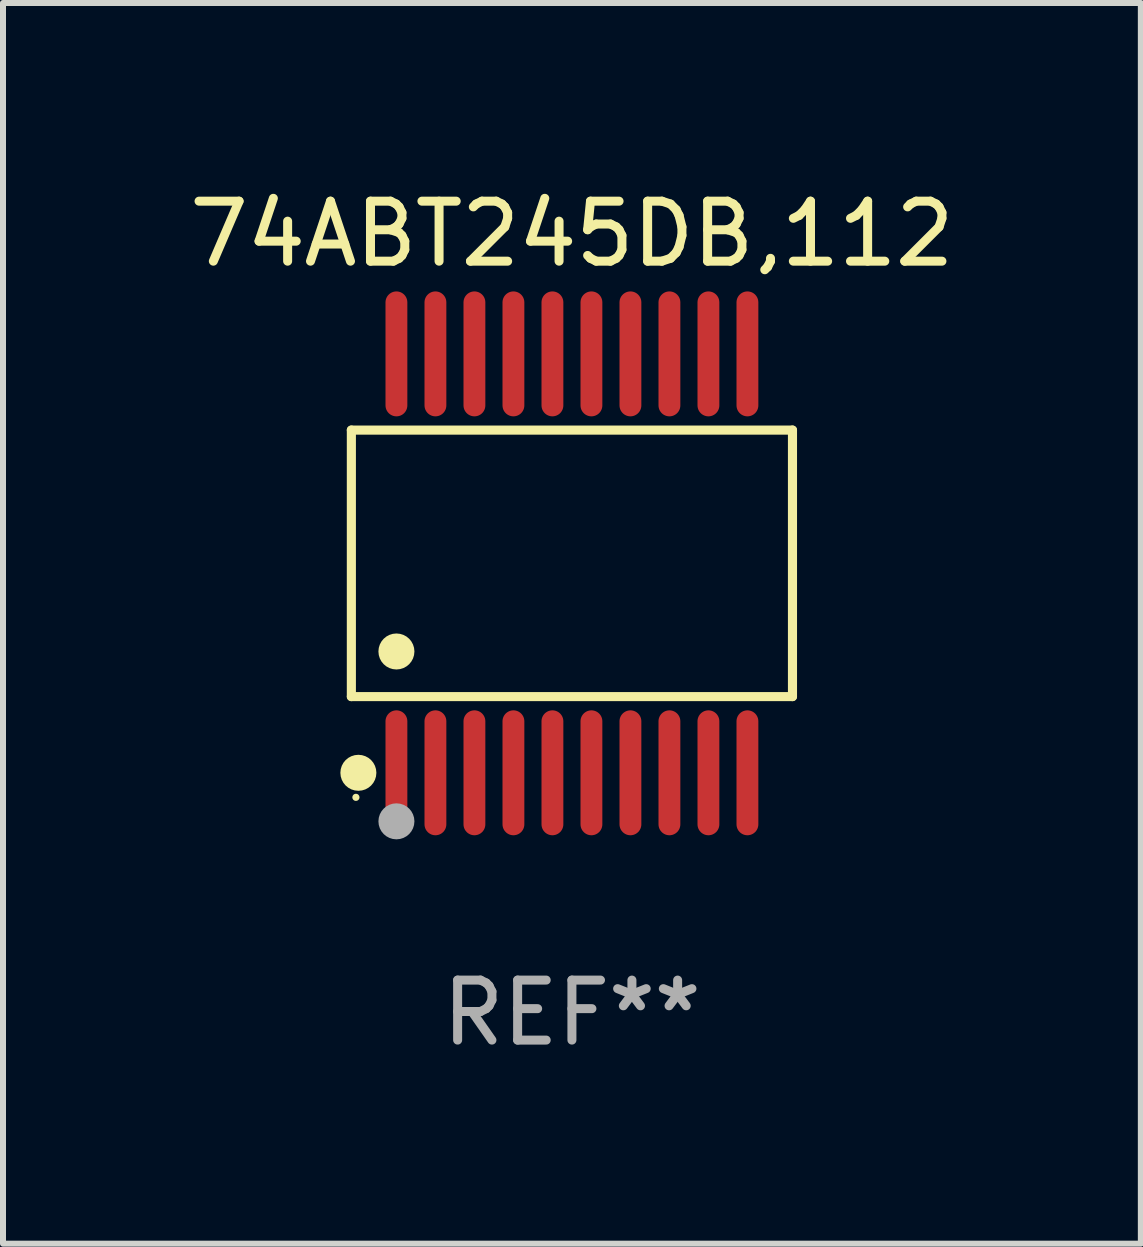
<source format=kicad_pcb>
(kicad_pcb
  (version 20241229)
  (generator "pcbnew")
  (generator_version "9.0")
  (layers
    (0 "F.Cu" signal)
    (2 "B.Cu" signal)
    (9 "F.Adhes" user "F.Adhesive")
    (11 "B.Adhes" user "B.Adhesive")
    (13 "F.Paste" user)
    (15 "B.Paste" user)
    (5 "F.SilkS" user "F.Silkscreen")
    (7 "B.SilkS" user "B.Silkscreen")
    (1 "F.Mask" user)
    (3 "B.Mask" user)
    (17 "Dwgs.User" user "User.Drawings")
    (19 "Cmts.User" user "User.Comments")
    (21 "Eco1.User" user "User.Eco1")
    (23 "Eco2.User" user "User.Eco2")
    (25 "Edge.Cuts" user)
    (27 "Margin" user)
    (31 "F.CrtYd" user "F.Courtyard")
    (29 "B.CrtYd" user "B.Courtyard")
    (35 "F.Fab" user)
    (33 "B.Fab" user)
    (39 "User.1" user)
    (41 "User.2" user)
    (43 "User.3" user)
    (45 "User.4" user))
  (footprint "74ABT245DB,112"
    (layer "F.Cu")
    (at 6.482 6.339)
    (property "Reference" "74ABT245DB,112" (at 0 -5.491 0) (layer "F.SilkS") (effects (font (size 1 1) (thickness 0.15))))
    (attr through_hole)
    (fp_line (start -3.676 -2.221) (end 3.676 -2.221) (stroke (width 0.152) (type solid)) (layer "F.SilkS"))
    (fp_line (start -3.676 2.221) (end -3.676 -2.221) (stroke (width 0.152) (type solid)) (layer "F.SilkS"))
    (fp_line (start 3.676 -2.221) (end 3.676 2.221) (stroke (width 0.152) (type solid)) (layer "F.SilkS"))
    (fp_line (start 3.676 2.221) (end -3.676 2.221) (stroke (width 0.152) (type solid)) (layer "F.SilkS"))
    (fp_circle (center -3.6 3.9) (end -3.57 3.9) (stroke (width 0.06) (type solid)) (fill no) (layer "F.SilkS"))
    (fp_circle (center -3.559 3.491) (end -3.409 3.491) (stroke (width 0.3) (type solid)) (fill no) (layer "F.SilkS"))
    (fp_circle (center -2.925 1.469) (end -2.775 1.469) (stroke (width 0.3) (type solid)) (fill no) (layer "F.SilkS"))
    (fp_circle (center -2.925 4.3) (end -2.775 4.3) (stroke (width 0.3) (type solid)) (fill no) (layer "F.Fab"))
    (fp_text user "REF**" (at 0 7.491 0) (layer "F.Fab") (effects (font (size 1 1) (thickness 0.15))))
    (pad "1" smd oval (at -2.925 3.491) (size 0.364 2.082) (layers "F.Cu" "F.Mask" "F.Paste"))
    (pad "2" smd oval (at -2.275 3.491) (size 0.364 2.082) (layers "F.Cu" "F.Mask" "F.Paste"))
    (pad "3" smd oval (at -1.625 3.491) (size 0.364 2.082) (layers "F.Cu" "F.Mask" "F.Paste"))
    (pad "4" smd oval (at -0.975 3.491) (size 0.364 2.082) (layers "F.Cu" "F.Mask" "F.Paste"))
    (pad "5" smd oval (at -0.325 3.491) (size 0.364 2.082) (layers "F.Cu" "F.Mask" "F.Paste"))
    (pad "6" smd oval (at 0.325 3.491) (size 0.364 2.082) (layers "F.Cu" "F.Mask" "F.Paste"))
    (pad "7" smd oval (at 0.975 3.491) (size 0.364 2.082) (layers "F.Cu" "F.Mask" "F.Paste"))
    (pad "8" smd oval (at 1.625 3.491) (size 0.364 2.082) (layers "F.Cu" "F.Mask" "F.Paste"))
    (pad "9" smd oval (at 2.275 3.491) (size 0.364 2.082) (layers "F.Cu" "F.Mask" "F.Paste"))
    (pad "10" smd oval (at 2.925 3.491) (size 0.364 2.082) (layers "F.Cu" "F.Mask" "F.Paste"))
    (pad "11" smd oval (at 2.925 -3.491) (size 0.364 2.082) (layers "F.Cu" "F.Mask" "F.Paste"))
    (pad "12" smd oval (at 2.275 -3.491) (size 0.364 2.082) (layers "F.Cu" "F.Mask" "F.Paste"))
    (pad "13" smd oval (at 1.625 -3.491) (size 0.364 2.082) (layers "F.Cu" "F.Mask" "F.Paste"))
    (pad "14" smd oval (at 0.975 -3.491) (size 0.364 2.082) (layers "F.Cu" "F.Mask" "F.Paste"))
    (pad "15" smd oval (at 0.325 -3.491) (size 0.364 2.082) (layers "F.Cu" "F.Mask" "F.Paste"))
    (pad "16" smd oval (at -0.325 -3.491) (size 0.364 2.082) (layers "F.Cu" "F.Mask" "F.Paste"))
    (pad "17" smd oval (at -0.975 -3.491) (size 0.364 2.082) (layers "F.Cu" "F.Mask" "F.Paste"))
    (pad "18" smd oval (at -1.625 -3.491) (size 0.364 2.082) (layers "F.Cu" "F.Mask" "F.Paste"))
    (pad "19" smd oval (at -2.275 -3.491) (size 0.364 2.082) (layers "F.Cu" "F.Mask" "F.Paste"))
    (pad "20" smd oval (at -2.925 -3.491) (size 0.364 2.082) (layers "F.Cu" "F.Mask" "F.Paste")))
  (gr_rect
    (start -3 -3)
    (end 15.964 17.678)
    (stroke (width 0.1) (type default))
    (fill no)
    (layer "Edge.Cuts")))
</source>
